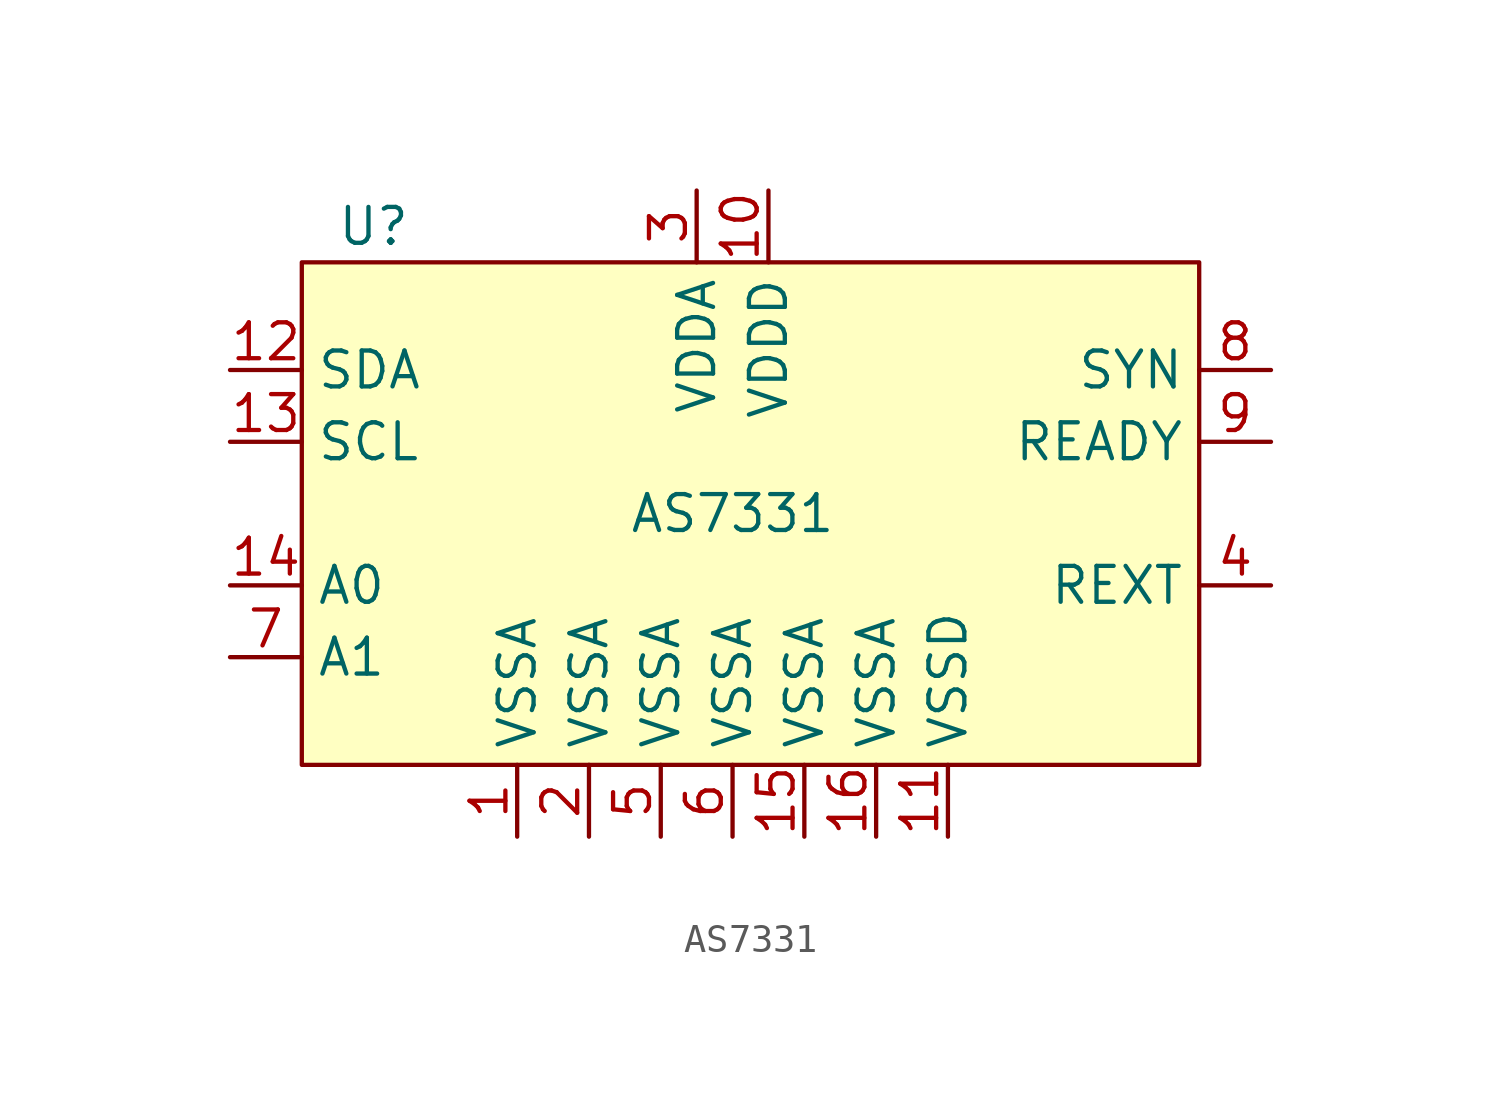
<source format=kicad_sym>
(kicad_symbol_lib
  (version 20220914)
  (generator kicad_symbol_editor)
  (symbol "AS7331"
    (property "Reference" "U"
      (at -12.7 10.16 0)
      (effects (font (size 1.27 1.27))))
    (property "Value" "AS7331"
      (at 0 0 0)
      (effects (font (size 1.27 1.27))))
    (symbol "AS7331_1_1"
      (rectangle (start -15.24 8.89) (end 16.51 -8.89) (stroke (width 0) (type default)) (fill (type background)))
      (pin power_in line (at -7.62 -11.43 90) (length 2.54) (name "VSSA" (effects (font (size 1.27 1.27)))) (number "1" (effects (font (size 1.27 1.27)))))
      (pin power_in line (at 1.27 11.43 270) (length 2.54) (name "VDDD" (effects (font (size 1.27 1.27)))) (number "10" (effects (font (size 1.27 1.27)))))
      (pin power_in line (at 7.62 -11.43 90) (length 2.54) (name "VSSD" (effects (font (size 1.27 1.27)))) (number "11" (effects (font (size 1.27 1.27)))))
      (pin bidirectional line (at -17.78 5.08 0) (length 2.54) (name "SDA" (effects (font (size 1.27 1.27)))) (number "12" (effects (font (size 1.27 1.27)))))
      (pin input line (at -17.78 2.54 0) (length 2.54) (name "SCL" (effects (font (size 1.27 1.27)))) (number "13" (effects (font (size 1.27 1.27)))))
      (pin input line (at -17.78 -2.54 0) (length 2.54) (name "A0" (effects (font (size 1.27 1.27)))) (number "14" (effects (font (size 1.27 1.27)))))
      (pin power_in line (at 2.54 -11.43 90) (length 2.54) (name "VSSA" (effects (font (size 1.27 1.27)))) (number "15" (effects (font (size 1.27 1.27)))))
      (pin power_in line (at 5.08 -11.43 90) (length 2.54) (name "VSSA" (effects (font (size 1.27 1.27)))) (number "16" (effects (font (size 1.27 1.27)))))
      (pin power_in line (at -5.08 -11.43 90) (length 2.54) (name "VSSA" (effects (font (size 1.27 1.27)))) (number "2" (effects (font (size 1.27 1.27)))))
      (pin power_in line (at -1.27 11.43 270) (length 2.54) (name "VDDA" (effects (font (size 1.27 1.27)))) (number "3" (effects (font (size 1.27 1.27)))))
      (pin bidirectional line (at 19.05 -2.54 180) (length 2.54) (name "REXT" (effects (font (size 1.27 1.27)))) (number "4" (effects (font (size 1.27 1.27)))))
      (pin power_in line (at -2.54 -11.43 90) (length 2.54) (name "VSSA" (effects (font (size 1.27 1.27)))) (number "5" (effects (font (size 1.27 1.27)))))
      (pin power_in line (at 0 -11.43 90) (length 2.54) (name "VSSA" (effects (font (size 1.27 1.27)))) (number "6" (effects (font (size 1.27 1.27)))))
      (pin input line (at -17.78 -5.08 0) (length 2.54) (name "A1" (effects (font (size 1.27 1.27)))) (number "7" (effects (font (size 1.27 1.27)))))
      (pin input line (at 19.05 5.08 180) (length 2.54) (name "SYN" (effects (font (size 1.27 1.27)))) (number "8" (effects (font (size 1.27 1.27)))))
      (pin output line (at 19.05 2.54 180) (length 2.54) (name "READY" (effects (font (size 1.27 1.27)))) (number "9" (effects (font (size 1.27 1.27))))))))
</source>
